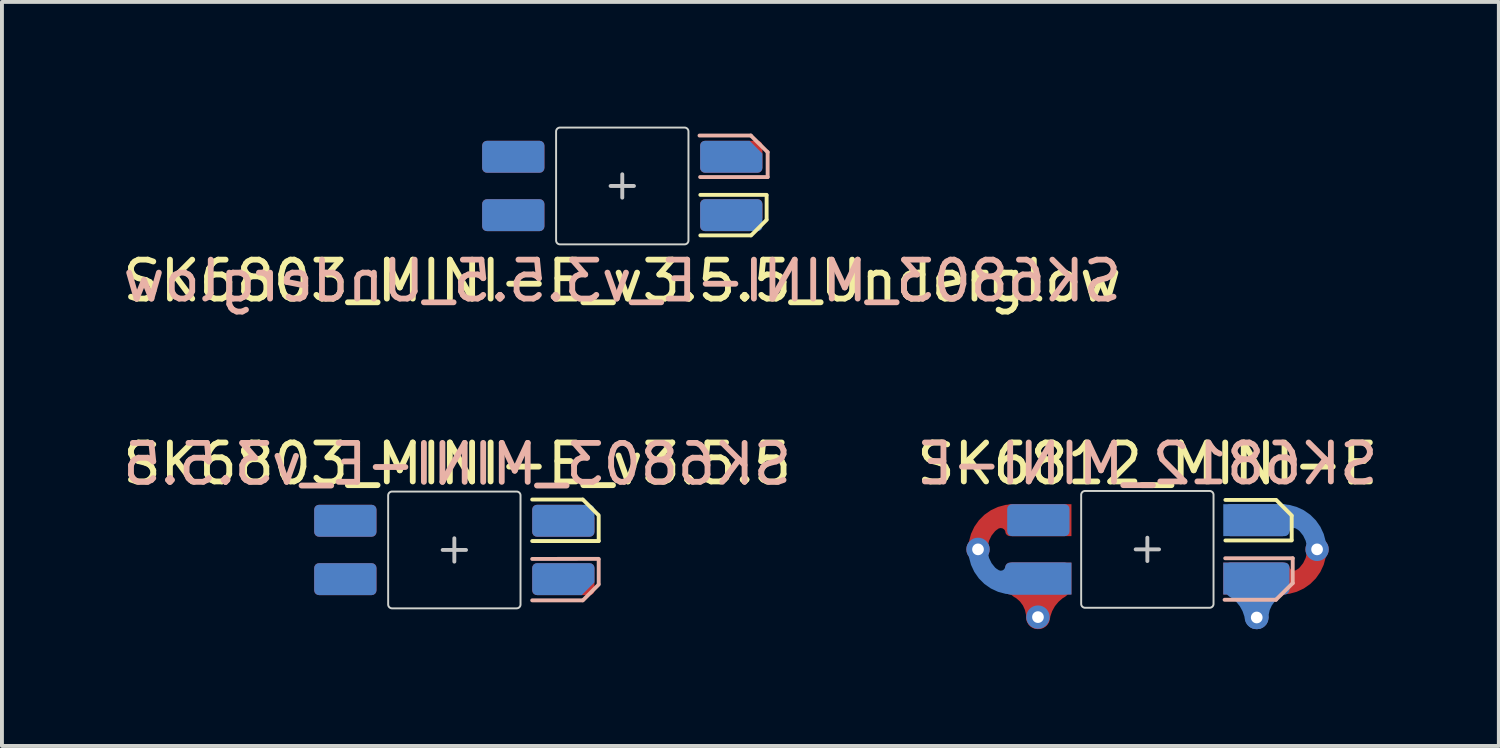
<source format=kicad_pcb>
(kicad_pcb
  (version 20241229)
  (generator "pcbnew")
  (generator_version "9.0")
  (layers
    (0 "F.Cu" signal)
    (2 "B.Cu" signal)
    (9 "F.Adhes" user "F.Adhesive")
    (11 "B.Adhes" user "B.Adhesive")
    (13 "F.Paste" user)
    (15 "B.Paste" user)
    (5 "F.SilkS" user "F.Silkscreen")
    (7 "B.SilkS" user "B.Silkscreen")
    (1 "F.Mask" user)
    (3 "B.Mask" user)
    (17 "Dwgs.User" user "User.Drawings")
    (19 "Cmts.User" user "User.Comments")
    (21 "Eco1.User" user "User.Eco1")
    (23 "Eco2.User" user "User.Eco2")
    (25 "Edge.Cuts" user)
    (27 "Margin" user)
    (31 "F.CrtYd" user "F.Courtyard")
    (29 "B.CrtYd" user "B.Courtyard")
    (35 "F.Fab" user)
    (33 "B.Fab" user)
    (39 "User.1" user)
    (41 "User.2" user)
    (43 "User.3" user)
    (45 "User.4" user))
  (footprint "SK6803_MINI-E_v3.5.5_Underglow"
    (layer "F.Cu")
    (at 12.935 1.727)
    (property "Reference" "SK6803_MINI-E_v3.5.5_Underglow" (at 0 2.438 0) (layer "B.SilkS") (effects (font (size 1 1) (thickness 0.15)) (justify mirror)))
    (attr smd)
    (fp_line (start 2.005 1.27) (end 3.295 1.27) (stroke (width 0.1) (type solid)) (layer "F.SilkS"))
    (fp_line (start 3.309 1.27) (end 3.708 0.871) (stroke (width 0.1) (type default)) (layer "F.SilkS"))
    (fp_line (start 3.708 0.229) (end 2.005 0.229) (stroke (width 0.1) (type solid)) (layer "F.SilkS"))
    (fp_line (start 3.708 0.858) (end 3.708 0.245) (stroke (width 0.1) (type default)) (layer "F.SilkS"))
    (fp_line (start 1.984 -1.295) (end 3.302 -1.295) (stroke (width 0.1) (type solid)) (layer "B.SilkS"))
    (fp_line (start 3.302 -1.295) (end 3.734 -0.868) (stroke (width 0.1) (type default)) (layer "B.SilkS"))
    (fp_line (start 3.734 -0.868) (end 3.734 -0.229) (stroke (width 0.1) (type default)) (layer "B.SilkS"))
    (fp_line (start 3.734 -0.229) (end 2 -0.229) (stroke (width 0.1) (type solid)) (layer "B.SilkS"))
    (fp_line (start 0 -0.3) (end 0 0.3) (stroke (width 0.1) (type solid)) (layer "Dwgs.User"))
    (fp_line (start 0.3 0) (end -0.3 0) (stroke (width 0.1) (type solid)) (layer "Dwgs.User"))
    (fp_poly (pts (arc (start 1.7 -1.4) (mid 1.670711 -1.470711) (end 1.6 -1.5)) (arc (start -1.6 -1.5) (mid -1.670711 -1.470711) (end -1.7 -1.4)) (arc (start -1.7 1.4) (mid -1.670711 1.470711) (end -1.6 1.5)) (arc (start 1.6 1.5) (mid 1.670711 1.470711) (end 1.7 1.4))) (stroke (width 0.05) (type solid)) (fill no) (layer "Edge.Cuts"))
    (fp_line (start -1.803 -1.702) (end 1.854 -1.702) (stroke (width 0.05) (type default)) (layer "User.9"))
    (fp_line (start -1.803 1.575) (end -1.803 -1.702) (stroke (width 0.05) (type default)) (layer "User.9"))
    (fp_line (start 1.854 -1.702) (end 1.854 1.575) (stroke (width 0.05) (type default)) (layer "User.9"))
    (fp_line (start 1.854 1.575) (end -1.803 1.575) (stroke (width 0.05) (type default)) (layer "User.9"))
    (fp_line (start -1.803 -1.702) (end 1.854 -1.702) (stroke (width 0.05) (type default)) (layer "User.10"))
    (fp_line (start -1.803 1.575) (end -1.803 -1.702) (stroke (width 0.05) (type default)) (layer "User.10"))
    (fp_line (start 1.854 -1.702) (end 1.854 1.575) (stroke (width 0.05) (type default)) (layer "User.10"))
    (fp_line (start 1.854 1.575) (end -1.803 1.575) (stroke (width 0.05) (type default)) (layer "User.10"))
    (fp_text user "${REFERENCE}" (at 0 2.438 0) (layer "F.SilkS") (effects (font (size 1 1) (thickness 0.15))))
    (pad "1" smd roundrect (at 2.8 -0.75 180) (size 1.6 0.82) (layers "B.Cu" "B.Mask" "B.Paste") (roundrect_rratio 0.15) (chamfer_ratio 0.4) (chamfer bottom_left))
    (pad "1" smd roundrect (at 2.8 0.75) (size 1.6 0.82) (layers "F.Cu" "F.Mask" "F.Paste") (roundrect_rratio 0.15) (chamfer_ratio 0.4) (chamfer bottom_right))
    (pad "2" smd roundrect (at 2.8 -0.75 180) (size 1.6 0.82) (layers "F.Cu" "F.Mask" "F.Paste") (roundrect_rratio 0.15))
    (pad "2" smd roundrect (at 2.8 0.75) (size 1.6 0.82) (layers "B.Cu" "B.Mask" "B.Paste") (roundrect_rratio 0.15))
    (pad "3" smd roundrect (at -2.8 -0.75) (size 1.6 0.82) (layers "F.Cu" "F.Mask" "F.Paste") (roundrect_rratio 0.15))
    (pad "3" smd roundrect (at -2.8 0.75 180) (size 1.6 0.82) (layers "B.Cu" "B.Mask" "B.Paste") (roundrect_rratio 0.15))
    (pad "4" smd roundrect (at -2.8 -0.75 180) (size 1.6 0.82) (layers "B.Cu" "B.Mask" "B.Paste") (roundrect_rratio 0.15))
    (pad "4" smd roundrect (at -2.8 0.75 180) (size 1.6 0.82) (layers "F.Cu" "F.Mask" "F.Paste") (roundrect_rratio 0.15)))
  (footprint "SK6812_MINI-E"
    (layer "F.Cu")
    (at 26.423 11.062)
    (property "Reference" "SK6812_MINI-E" (at 0 -2.2 0) (layer "B.SilkS") (effects (font (size 1 1) (thickness 0.15)) (justify mirror)))
    (attr smd)
    (fp_line (start 2.005 -1.27) (end 3.295 -1.27) (stroke (width 0.1) (type solid)) (layer "F.SilkS"))
    (fp_line (start 3.309 -1.27) (end 3.708 -0.871) (stroke (width 0.1) (type default)) (layer "F.SilkS"))
    (fp_line (start 3.708 -0.858) (end 3.708 -0.245) (stroke (width 0.1) (type default)) (layer "F.SilkS"))
    (fp_line (start 3.708 -0.229) (end 2.005 -0.229) (stroke (width 0.1) (type solid)) (layer "F.SilkS"))
    (fp_line (start 1.984 1.295) (end 3.302 1.295) (stroke (width 0.1) (type solid)) (layer "B.SilkS"))
    (fp_line (start 3.302 1.295) (end 3.734 0.868) (stroke (width 0.1) (type default)) (layer "B.SilkS"))
    (fp_line (start 3.734 0.229) (end 2 0.229) (stroke (width 0.1) (type solid)) (layer "B.SilkS"))
    (fp_line (start 3.734 0.868) (end 3.734 0.229) (stroke (width 0.1) (type default)) (layer "B.SilkS"))
    (fp_line (start 0 0.3) (end 0 -0.3) (stroke (width 0.1) (type solid)) (layer "Dwgs.User"))
    (fp_line (start 0.3 0) (end -0.3 0) (stroke (width 0.1) (type solid)) (layer "Dwgs.User"))
    (fp_poly (pts (arc (start 1.7 1.4) (mid 1.670711 1.470711) (end 1.6 1.5)) (arc (start -1.6 1.5) (mid -1.670711 1.470711) (end -1.7 1.4)) (arc (start -1.7 -1.4) (mid -1.670711 -1.470711) (end -1.6 -1.5)) (arc (start 1.6 -1.5) (mid 1.670711 -1.470711) (end 1.7 -1.4))) (stroke (width 0.05) (type solid)) (fill no) (layer "Edge.Cuts"))
    (fp_poly (pts (arc (start 1.7 1.4) (mid 1.670711 1.470711) (end 1.6 1.5)) (arc (start -1.6 1.5) (mid -1.670711 1.470711) (end -1.7 1.4)) (arc (start -1.7 -1.4) (mid -1.670711 -1.470711) (end -1.6 -1.5)) (arc (start 1.6 -1.5) (mid 1.670711 -1.470711) (end 1.7 -1.4))) (stroke (width 0.05) (type solid)) (fill no) (layer "User.9"))
    (fp_poly (pts (arc (start 1.7 1.4) (mid 1.670711 1.470711) (end 1.6 1.5)) (arc (start -1.6 1.5) (mid -1.670711 1.470711) (end -1.7 1.4)) (arc (start -1.7 -1.4) (mid -1.670711 -1.470711) (end -1.6 -1.5)) (arc (start 1.6 -1.5) (mid 1.670711 -1.470711) (end 1.7 -1.4))) (stroke (width 0.05) (type solid)) (fill no) (layer "User.10"))
    (fp_text user "${REFERENCE}" (at 0 -2.2 0) (layer "F.SilkS") (effects (font (size 1 1) (thickness 0.15))))
    (pad "1" smd roundrect (at 2.8 -0.75) (size 1.6 0.82) (layers "F.Cu" "F.Mask" "F.Paste") (roundrect_rratio 0.15) (chamfer_ratio 0.4) (chamfer top_right))
    (pad "1" smd custom (at 2.8 0.75) (size 0.82 0.82) (layers "B.Cu") (options (anchor circle)) (primitives (gr_arc (start -0.535033 0.208807) (mid -0.178867 0.544455) (end -0.000001 1) (width 0.6)) (gr_arc (start 0.015717 1.000025) (mid 0.140375 0.541846) (end 0.48 0.21) (width 0.6)) (gr_line (start 0 -0.01) (end 0 1) (width 0.6)) (gr_poly (pts (xy 0.85 0.287) (xy 0.841 0.334) (xy 0.814 0.374) (xy 0.774 0.401) (xy 0.727 0.41) (xy -0.85 0.41) (xy -0.85 -0.41) (xy 0.727 -0.41) (xy 0.774 -0.401) (xy 0.814 -0.374) (xy 0.841 -0.334) (xy 0.85 -0.287)) (width 0) (fill yes))))
    (pad "1" smd roundrect (at 2.8 0.75) (size 1.6 0.82) (layers "B.Cu" "B.Mask" "B.Paste") (roundrect_rratio 0.15) (chamfer_ratio 0.4) (chamfer bottom_right))
    (pad "1" thru_hole circle (at 2.81 1.75 180) (size 0.6 0.6) (drill 0.3) (layers "*.Cu"))
    (pad "2" smd custom (at 2.8 -0.75 180) (size 0.82 0.82) (layers "B.Cu") (options (anchor circle)) (primitives (gr_poly (pts (xy 0.85 -0.41) (xy -0.727 -0.41) (xy -0.774 -0.401) (xy -0.814 -0.374) (xy -0.841 -0.334) (xy -0.85 -0.287) (xy -0.85 0.287) (xy -0.841 0.334) (xy -0.814 0.374) (xy -0.774 0.401) (xy -0.727 0.41) (xy 0.85 0.41)) (width 0) (fill yes)) (gr_arc (start -0.778482 -0.289144) (mid -0.899992 -0.139997) (end -1.088917 -0.176284) (width 0.15)) (gr_arc (start -0.64 0.159999) (mid -1.283467 -0.106534) (end -1.55 -0.750001) (width 0.5))))
    (pad "2" smd roundrect (at 2.8 -0.75) (size 1.6 0.82) (layers "B.Cu" "B.Mask" "B.Paste") (roundrect_rratio 0.15))
    (pad "2" smd custom (at 2.8 0.75) (size 0.82 0.82) (layers "F.Cu") (options (anchor circle)) (primitives (gr_poly (pts (xy -0.85 -0.41) (xy 0.727 -0.41) (xy 0.774 -0.401) (xy 0.814 -0.374) (xy 0.841 -0.334) (xy 0.85 -0.287) (xy 0.85 0.287) (xy 0.841 0.334) (xy 0.814 0.374) (xy 0.774 0.401) (xy 0.727 0.41) (xy -0.85 0.41)) (width 0) (fill yes)) (gr_arc (start 1.088917 -0.176284) (mid 0.899992 -0.139997) (end 0.778482 -0.289144) (width 0.15)) (gr_arc (start 1.55 -0.750001) (mid 1.283467 -0.106534) (end 0.64 0.159999) (width 0.5))))
    (pad "2" smd roundrect (at 2.8 0.75) (size 1.6 0.82) (layers "F.Cu" "F.Mask" "F.Paste") (roundrect_rratio 0.15))
    (pad "2" thru_hole circle (at 4.36 0 180) (size 0.6 0.6) (drill 0.3) (layers "*.Cu"))
    (pad "3" thru_hole circle (at -2.81 1.74 180) (size 0.6 0.6) (drill 0.3) (layers "*.Cu"))
    (pad "3" smd roundrect (at -2.8 -0.75) (size 1.6 0.82) (layers "B.Cu" "B.Mask" "B.Paste") (roundrect_rratio 0.15))
    (pad "3" smd custom (at -2.8 0.75 180) (size 0.82 0.82) (layers "F.Cu") (options (anchor circle)) (primitives (gr_arc (start -0.000001 -1) (mid -0.178867 -0.544455) (end -0.535033 -0.208807) (width 0.6)) (gr_arc (start 0.48 -0.21) (mid 0.140375 -0.541846) (end 0.015717 -1.000025) (width 0.6)) (gr_line (start 0 0.01) (end 0 -1) (width 0.6)) (gr_poly (pts (xy 0.85 -0.287) (xy 0.841 -0.334) (xy 0.814 -0.374) (xy 0.774 -0.401) (xy 0.727 -0.41) (xy -0.85 -0.41) (xy -0.85 0.41) (xy 0.727 0.41) (xy 0.774 0.401) (xy 0.814 0.374) (xy 0.841 0.334) (xy 0.85 0.287)) (width 0) (fill yes))))
    (pad "3" smd roundrect (at -2.8 0.75) (size 1.6 0.82) (layers "F.Cu" "F.Mask" "F.Paste") (roundrect_rratio 0.15))
    (pad "4" thru_hole circle (at -4.35 0.000001 180) (size 0.6 0.6) (drill 0.3) (layers "*.Cu"))
    (pad "4" smd custom (at -2.8 -0.75 180) (size 0.82 0.82) (layers "F.Cu") (options (anchor circle)) (primitives (gr_poly (pts (xy 0.85 -0.287) (xy 0.841 -0.334) (xy 0.814 -0.374) (xy 0.774 -0.401) (xy 0.727 -0.41) (xy -0.85 -0.41) (xy -0.85 0.41) (xy 0.727 0.41) (xy 0.774 0.401) (xy 0.814 0.374) (xy 0.841 0.334) (xy 0.85 0.287)) (width 0) (fill yes)) (gr_arc (start 1.55 -0.749999) (mid 1.283467 -0.106532) (end 0.64 0.16) (width 0.5)) (gr_arc (start 1.101823 -0.182277) (mid 0.902748 -0.140006) (end 0.770001 -0.294265) (width 0.15))))
    (pad "4" smd roundrect (at -2.8 -0.75) (size 1.6 0.82) (layers "F.Cu" "F.Mask" "F.Paste") (roundrect_rratio 0.15))
    (pad "4" smd custom (at -2.8 0.75) (size 0.82 0.82) (layers "B.Cu") (options (anchor circle)) (primitives (gr_poly (pts (xy 0.85 -0.41) (xy -0.727 -0.41) (xy -0.774 -0.401) (xy -0.814 -0.374) (xy -0.841 -0.334) (xy -0.85 -0.287) (xy -0.85 0.287) (xy -0.841 0.334) (xy -0.814 0.374) (xy -0.774 0.401) (xy -0.727 0.41) (xy 0.85 0.41)) (width 0) (fill yes)) (gr_arc (start -0.778482 -0.289144) (mid -0.899992 -0.139997) (end -1.088917 -0.176284) (width 0.15)) (gr_arc (start -0.64 0.159999) (mid -1.283467 -0.106534) (end -1.55 -0.750001) (width 0.5))))
    (pad "4" smd roundrect (at -2.8 0.75) (size 1.6 0.82) (layers "B.Cu" "B.Mask" "B.Paste") (roundrect_rratio 0.15)))
  (footprint "SK6803_MINI-E_v3.5.5"
    (layer "F.Cu")
    (at 8.621 11.077)
    (property "Reference" "SK6803_MINI-E_v3.5.5" (at 0.075 -2.205 0) (layer "B.SilkS") (effects (font (size 1 1) (thickness 0.15)) (justify mirror)))
    (attr smd)
    (fp_line (start 2 -1.295) (end 3.289 -1.295) (stroke (width 0.1) (type solid)) (layer "F.SilkS"))
    (fp_line (start 3.302 -1.295) (end 3.692 -0.905) (stroke (width 0.1) (type default)) (layer "F.SilkS"))
    (fp_line (start 3.708 -0.889) (end 3.708 -0.229) (stroke (width 0.1) (type default)) (layer "F.SilkS"))
    (fp_line (start 3.708 -0.229) (end 2 -0.229) (stroke (width 0.1) (type solid)) (layer "F.SilkS"))
    (fp_line (start 2 1.295) (end 3.289 1.295) (stroke (width 0.1) (type solid)) (layer "B.SilkS"))
    (fp_line (start 3.302 1.295) (end 3.708 0.889) (stroke (width 0.1) (type default)) (layer "B.SilkS"))
    (fp_line (start 3.708 0.229) (end 2 0.231) (stroke (width 0.1) (type solid)) (layer "B.SilkS"))
    (fp_line (start 3.708 0.866) (end 3.708 0.252) (stroke (width 0.1) (type default)) (layer "B.SilkS"))
    (fp_line (start 0 -0.3) (end 0 0.3) (stroke (width 0.1) (type solid)) (layer "Dwgs.User"))
    (fp_line (start 0.3 0) (end -0.3 0) (stroke (width 0.1) (type solid)) (layer "Dwgs.User"))
    (fp_poly (pts (arc (start 1.7 -1.4) (mid 1.670711 -1.470711) (end 1.6 -1.5)) (arc (start -1.6 -1.5) (mid -1.670711 -1.470711) (end -1.7 -1.4)) (arc (start -1.7 1.4) (mid -1.670711 1.470711) (end -1.6 1.5)) (arc (start 1.6 1.5) (mid 1.670711 1.470711) (end 1.7 1.4))) (stroke (width 0.05) (type solid)) (fill no) (layer "Edge.Cuts"))
    (fp_line (start -1.702 -1.499) (end 1.7 -1.499) (stroke (width 0.05) (type default)) (layer "User.9"))
    (fp_line (start -1.694 1.48) (end -1.702 -1.499) (stroke (width 0.05) (type default)) (layer "User.9"))
    (fp_line (start 1.7 -1.499) (end 1.7 1.48) (stroke (width 0.05) (type default)) (layer "User.9"))
    (fp_line (start 1.7 1.48) (end -1.694 1.48) (stroke (width 0.05) (type default)) (layer "User.9"))
    (fp_line (start -1.702 -1.499) (end 1.7 -1.499) (stroke (width 0.05) (type default)) (layer "User.10"))
    (fp_line (start -1.694 1.48) (end -1.702 -1.499) (stroke (width 0.05) (type default)) (layer "User.10"))
    (fp_line (start 1.7 -1.499) (end 1.7 1.48) (stroke (width 0.05) (type default)) (layer "User.10"))
    (fp_line (start 1.7 1.48) (end -1.694 1.48) (stroke (width 0.05) (type default)) (layer "User.10"))
    (fp_text user "${REFERENCE}" (at 0.075 -2.215 0) (layer "F.SilkS") (effects (font (size 1 1) (thickness 0.15))))
    (pad "1" smd roundrect (at 2.8 -0.75 180) (size 1.6 0.82) (layers "F.Cu" "F.Mask" "F.Paste") (roundrect_rratio 0.15) (chamfer_ratio 0.4) (chamfer bottom_left))
    (pad "1" smd roundrect (at 2.8 0.75) (size 1.6 0.82) (layers "B.Cu" "B.Mask" "B.Paste") (roundrect_rratio 0.15) (chamfer_ratio 0.4) (chamfer bottom_right))
    (pad "2" smd roundrect (at 2.8 -0.75 180) (size 1.6 0.82) (layers "B.Cu" "B.Mask" "B.Paste") (roundrect_rratio 0.15))
    (pad "2" smd roundrect (at 2.8 0.75) (size 1.6 0.82) (layers "F.Cu" "F.Mask" "F.Paste") (roundrect_rratio 0.15))
    (pad "3" smd roundrect (at -2.8 -0.75) (size 1.6 0.82) (layers "B.Cu" "B.Mask" "B.Paste") (roundrect_rratio 0.15))
    (pad "3" smd roundrect (at -2.8 0.75 180) (size 1.6 0.82) (layers "F.Cu" "F.Mask" "F.Paste") (roundrect_rratio 0.15))
    (pad "4" smd roundrect (at -2.8 -0.75 180) (size 1.6 0.82) (layers "F.Cu" "F.Mask" "F.Paste") (roundrect_rratio 0.15))
    (pad "4" smd roundrect (at -2.8 0.75 180) (size 1.6 0.82) (layers "B.Cu" "B.Mask" "B.Paste") (roundrect_rratio 0.15)))
  (gr_rect
    (start -3 -3)
    (end 35.452 16.112)
    (stroke (width 0.1) (type default))
    (fill no)
    (layer "Edge.Cuts")))
</source>
